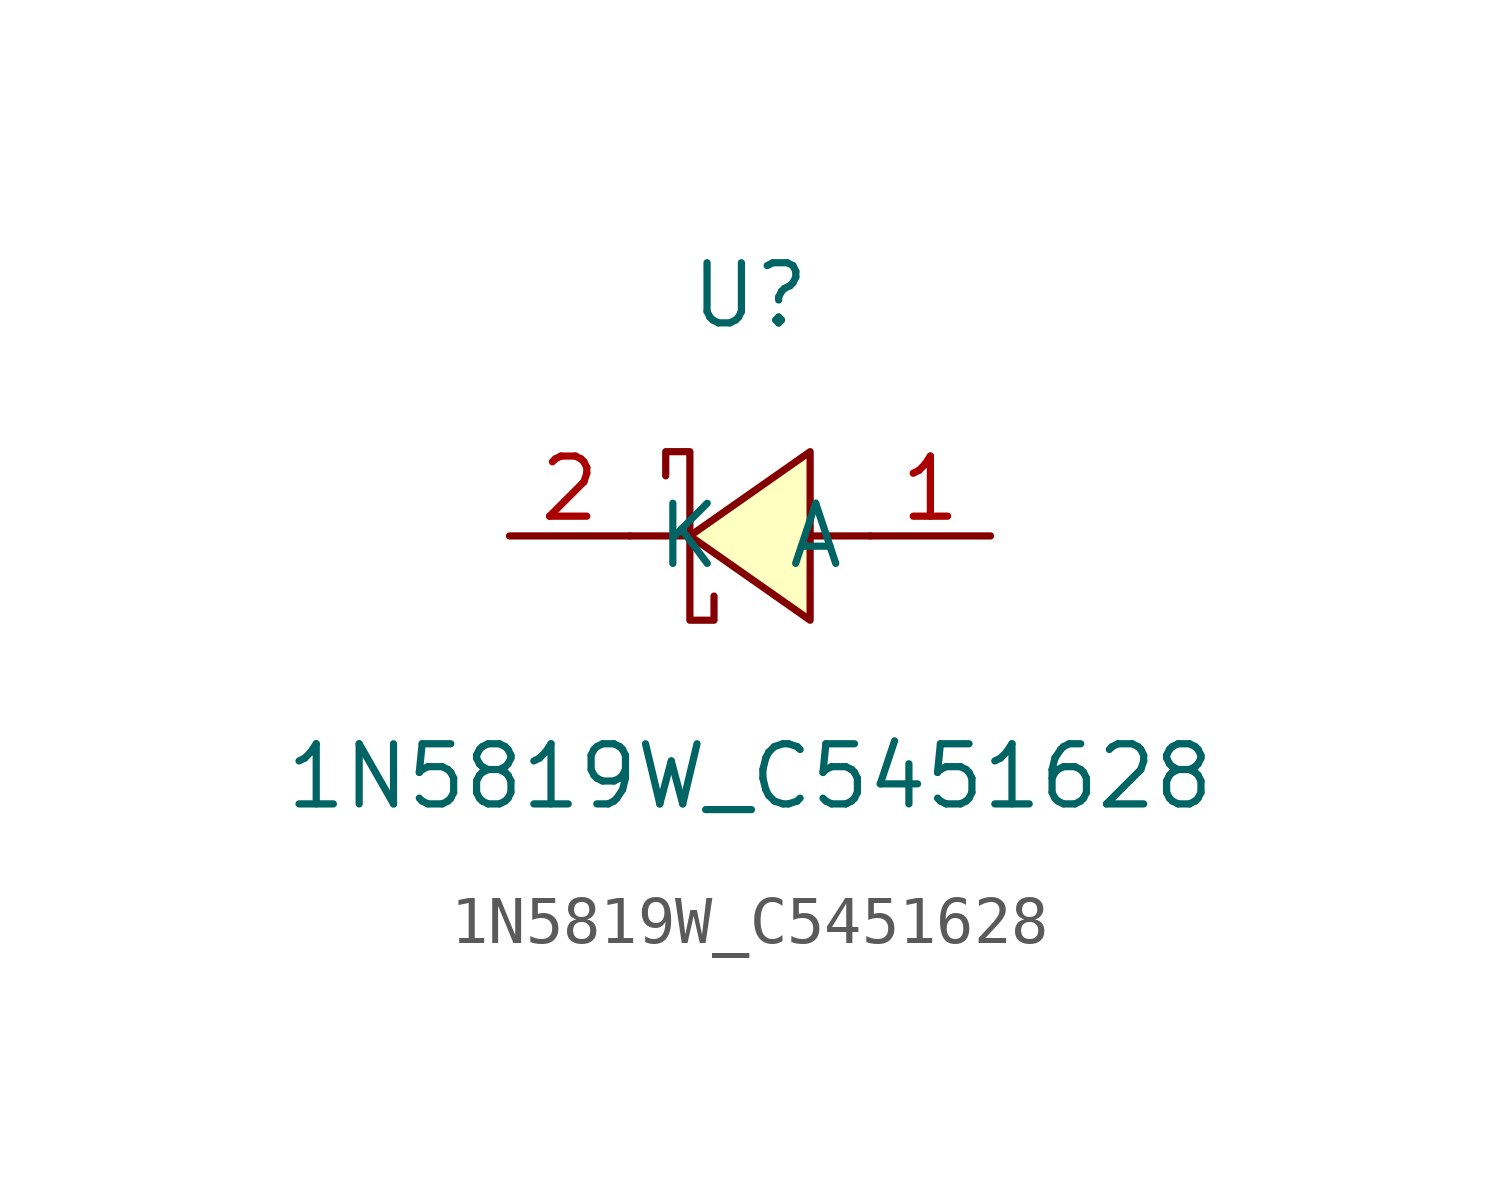
<source format=kicad_sym>
(kicad_symbol_lib
  (version 20211014)
  (generator https://github.com/uPesy/easyeda2kicad.py)
  (symbol "1N5819W_C5451628"
    (property "Reference" "U"
      (at 0 5.08 0)
      (effects (font (size 1.27 1.27))))
    (property "Value" "1N5819W_C5451628"
      (at 0 -5.08 0)
      (effects (font (size 1.27 1.27))))
    (symbol "1N5819W_C5451628_0_1"
      (polyline (pts (xy 1.27 1.78) (xy -1.27 -0.00) (xy 1.27 -1.78) (xy 1.27 1.78)) (stroke (width 0) (type default) (color 0 0 0 0)) (fill (type background)))
      (polyline (pts (xy -1.78 1.27) (xy -1.78 1.78) (xy -1.27 1.78) (xy -1.27 -1.78) (xy -0.76 -1.78) (xy -0.76 -1.27)) (stroke (width 0) (type default) (color 0 0 0 0)) (fill (type none)))
      (polyline (pts (xy 2.54 -0.00) (xy 1.27 -0.00)) (stroke (width 0) (type default) (color 0 0 0 0)) (fill (type none)))
      (polyline (pts (xy -1.27 -0.00) (xy -2.54 -0.00)) (stroke (width 0) (type default) (color 0 0 0 0)) (fill (type none)))
      (pin unspecified line (at 5.08 -0.00 180) (length 2.54) (name "A" (effects (font (size 1.27 1.27)))) (number "1" (effects (font (size 1.27 1.27)))))
      (pin unspecified line (at -5.08 -0.00 0) (length 2.54) (name "K" (effects (font (size 1.27 1.27)))) (number "2" (effects (font (size 1.27 1.27))))))))
</source>
